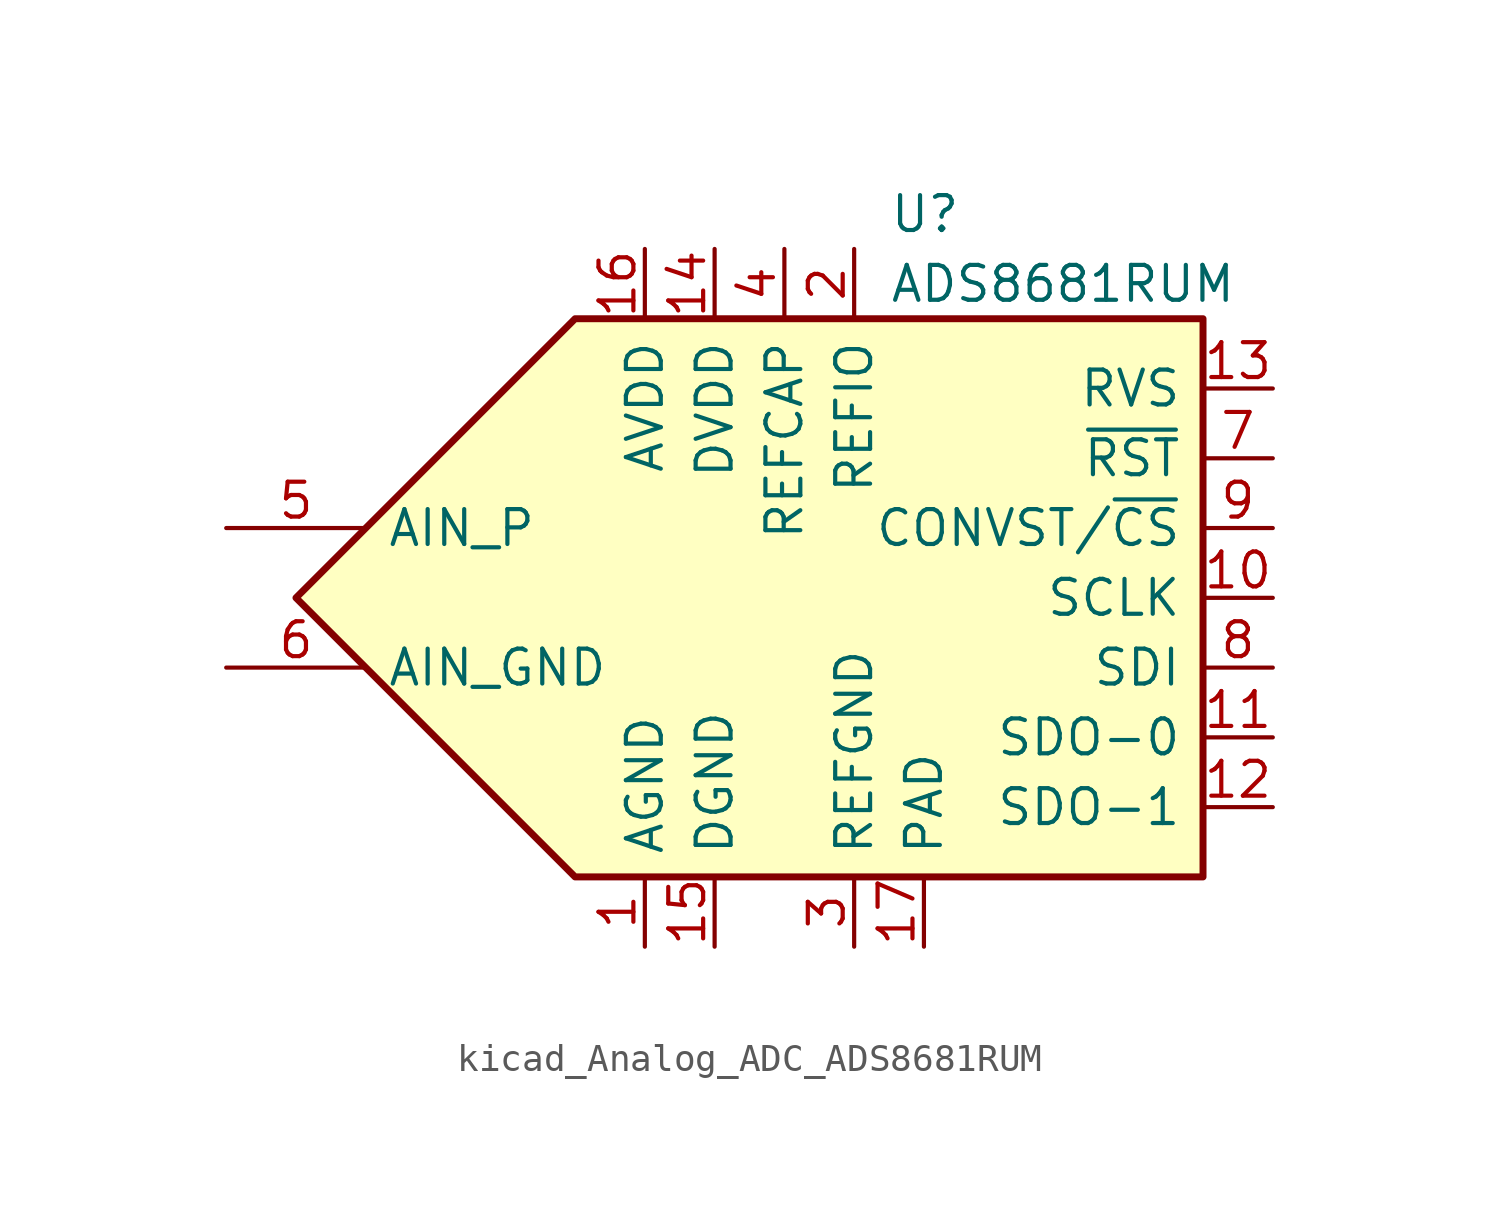
<source format=kicad_sym>
(kicad_symbol_lib
  (version 20220914)
  (generator kicad_symbol_editor)
  (symbol "kicad_Analog_ADC_ADS8681RUM"
    (pin_names
      (offset 0.762))
    (property "Reference" "U"
      (at 6.35 13.97 0)
      (effects (font (size 1.27 1.27)) (justify left)))
    (property "Value" "ADS8681RUM"
      (at 6.35 11.43 0)
      (effects (font (size 1.27 1.27)) (justify left)))
    (symbol "kicad_Analog_ADC_ADS8681RUM_0_1"
      (polyline (pts (xy -5.08 10.16) (xy 17.78 10.16) (xy 17.78 -10.16) (xy -5.08 -10.16) (xy -15.24 0) (xy -5.08 10.16)) (stroke (width 0.254) (type default)) (fill (type background))))
    (symbol "kicad_Analog_ADC_ADS8681RUM_1_1"
      (pin power_in line (at -2.54 -12.7 90) (length 2.54) (name "AGND" (effects (font (size 1.27 1.27)))) (number "1" (effects (font (size 1.27 1.27)))))
      (pin input line (at 20.32 0 180) (length 2.54) (name "SCLK" (effects (font (size 1.27 1.27)))) (number "10" (effects (font (size 1.27 1.27)))))
      (pin tri_state line (at 20.32 -5.08 180) (length 2.54) (name "SDO-0" (effects (font (size 1.27 1.27)))) (number "11" (effects (font (size 1.27 1.27)))))
      (pin tri_state line (at 20.32 -7.62 180) (length 2.54) (name "SDO-1" (effects (font (size 1.27 1.27)))) (number "12" (effects (font (size 1.27 1.27)))))
      (pin output line (at 20.32 7.62 180) (length 2.54) (name "RVS" (effects (font (size 1.27 1.27)))) (number "13" (effects (font (size 1.27 1.27)))))
      (pin power_in line (at 0 12.7 270) (length 2.54) (name "DVDD" (effects (font (size 1.27 1.27)))) (number "14" (effects (font (size 1.27 1.27)))))
      (pin power_in line (at 0 -12.7 90) (length 2.54) (name "DGND" (effects (font (size 1.27 1.27)))) (number "15" (effects (font (size 1.27 1.27)))))
      (pin power_in line (at -2.54 12.7 270) (length 2.54) (name "AVDD" (effects (font (size 1.27 1.27)))) (number "16" (effects (font (size 1.27 1.27)))))
      (pin power_in line (at 7.62 -12.7 90) (length 2.54) (name "PAD" (effects (font (size 1.27 1.27)))) (number "17" (effects (font (size 1.27 1.27)))))
      (pin passive line (at 5.08 12.7 270) (length 2.54) (name "REFIO" (effects (font (size 1.27 1.27)))) (number "2" (effects (font (size 1.27 1.27)))))
      (pin power_in line (at 5.08 -12.7 90) (length 2.54) (name "REFGND" (effects (font (size 1.27 1.27)))) (number "3" (effects (font (size 1.27 1.27)))))
      (pin power_in line (at 2.54 12.7 270) (length 2.54) (name "REFCAP" (effects (font (size 1.27 1.27)))) (number "4" (effects (font (size 1.27 1.27)))))
      (pin input line (at -17.78 2.54 0) (length 5.08) (name "AIN_P" (effects (font (size 1.27 1.27)))) (number "5" (effects (font (size 1.27 1.27)))))
      (pin input line (at -17.78 -2.54 0) (length 5.08) (name "AIN_GND" (effects (font (size 1.27 1.27)))) (number "6" (effects (font (size 1.27 1.27)))))
      (pin input line (at 20.32 5.08 180) (length 2.54) (name "~{RST}" (effects (font (size 1.27 1.27)))) (number "7" (effects (font (size 1.27 1.27)))))
      (pin input line (at 20.32 -2.54 180) (length 2.54) (name "SDI" (effects (font (size 1.27 1.27)))) (number "8" (effects (font (size 1.27 1.27)))))
      (pin input line (at 20.32 2.54 180) (length 2.54) (name "CONVST/~{CS}" (effects (font (size 1.27 1.27)))) (number "9" (effects (font (size 1.27 1.27))))))))
</source>
